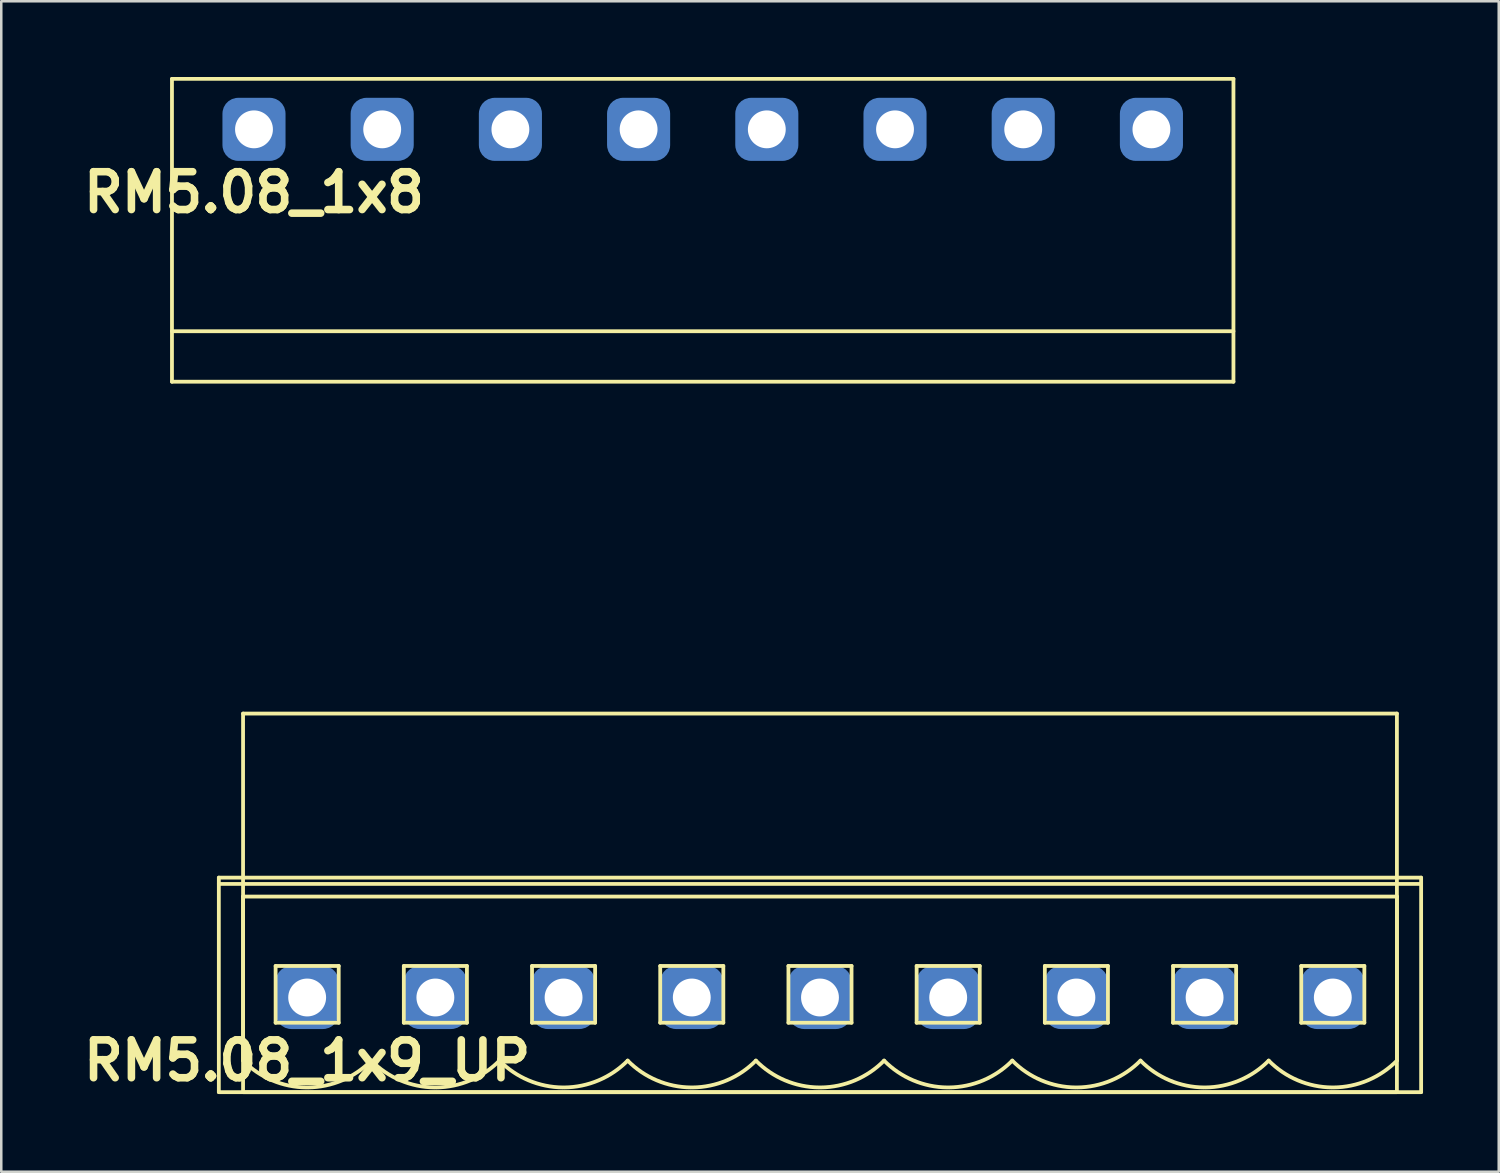
<source format=kicad_pcb>
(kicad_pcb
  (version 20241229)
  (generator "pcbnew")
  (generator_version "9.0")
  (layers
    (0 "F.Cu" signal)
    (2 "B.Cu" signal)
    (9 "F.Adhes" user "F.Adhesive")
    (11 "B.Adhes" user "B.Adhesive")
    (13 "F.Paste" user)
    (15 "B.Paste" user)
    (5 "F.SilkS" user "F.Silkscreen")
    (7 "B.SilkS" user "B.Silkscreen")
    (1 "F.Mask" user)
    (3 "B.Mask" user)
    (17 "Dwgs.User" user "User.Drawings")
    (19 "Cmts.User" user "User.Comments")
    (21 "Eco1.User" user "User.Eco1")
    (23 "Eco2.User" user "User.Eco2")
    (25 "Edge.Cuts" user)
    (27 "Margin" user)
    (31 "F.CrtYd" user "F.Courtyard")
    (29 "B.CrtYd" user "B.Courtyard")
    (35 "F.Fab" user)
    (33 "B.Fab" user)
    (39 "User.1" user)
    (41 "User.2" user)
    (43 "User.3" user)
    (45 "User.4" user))
  (footprint "RM5.08_1x8"
    (layer "F.Cu")
    (at 7.014 2.075)
    (property "Reference" "RM5.08_1x8" (at 0 2.5 0) (layer "F.SilkS") (effects (font (size 1.5 1.5) (thickness 0.3))))
    (attr through_hole)
    (fp_line (start -3.25 -2) (end 38.81 -2) (stroke (width 0.15) (type solid)) (layer "F.SilkS"))
    (fp_line (start -3.25 8) (end 38.81 8) (stroke (width 0.15) (type solid)) (layer "F.SilkS"))
    (fp_line (start -3.25 10) (end -3.25 -2) (stroke (width 0.15) (type solid)) (layer "F.SilkS"))
    (fp_line (start -3.25 10) (end 38.81 10) (stroke (width 0.15) (type solid)) (layer "F.SilkS"))
    (fp_line (start 38.81 10) (end 38.81 -2) (stroke (width 0.15) (type solid)) (layer "F.SilkS"))
    (fp_line (start -2.54 20) (end -2.54 10) (stroke (width 0.15) (type solid)) (layer "Margin"))
    (fp_line (start -2.54 20) (end 38.1 20) (stroke (width 0.15) (type solid)) (layer "Margin"))
    (fp_line (start -1.5 14) (end 1.5 14) (stroke (width 0.15) (type solid)) (layer "Margin"))
    (fp_line (start 3.58 14) (end 6.58 14) (stroke (width 0.15) (type solid)) (layer "Margin"))
    (fp_line (start 8.66 14) (end 11.66 14) (stroke (width 0.15) (type solid)) (layer "Margin"))
    (fp_line (start 13.74 14) (end 16.74 14) (stroke (width 0.15) (type solid)) (layer "Margin"))
    (fp_line (start 18.82 14) (end 21.82 14) (stroke (width 0.15) (type solid)) (layer "Margin"))
    (fp_line (start 23.9 14) (end 26.9 14) (stroke (width 0.15) (type solid)) (layer "Margin"))
    (fp_line (start 28.98 14) (end 31.98 14) (stroke (width 0.15) (type solid)) (layer "Margin"))
    (fp_line (start 34.06 14) (end 37.06 14) (stroke (width 0.15) (type solid)) (layer "Margin"))
    (fp_line (start 38.1 20) (end 38.1 10) (stroke (width 0.15) (type solid)) (layer "Margin"))
    (fp_circle (center 0 14) (end 0 12.5) (stroke (width 0.15) (type solid)) (fill no) (layer "Margin"))
    (fp_circle (center 5.08 14) (end 5.08 12.5) (stroke (width 0.15) (type solid)) (fill no) (layer "Margin"))
    (fp_circle (center 10.16 14) (end 10.16 12.5) (stroke (width 0.15) (type solid)) (fill no) (layer "Margin"))
    (fp_circle (center 15.24 14) (end 15.24 12.5) (stroke (width 0.15) (type solid)) (fill no) (layer "Margin"))
    (fp_circle (center 20.32 14) (end 20.32 12.5) (stroke (width 0.15) (type solid)) (fill no) (layer "Margin"))
    (fp_circle (center 25.4 14) (end 25.4 12.5) (stroke (width 0.15) (type solid)) (fill no) (layer "Margin"))
    (fp_circle (center 30.48 14) (end 30.48 12.5) (stroke (width 0.15) (type solid)) (fill no) (layer "Margin"))
    (fp_circle (center 35.56 14) (end 35.56 12.5) (stroke (width 0.15) (type solid)) (fill no) (layer "Margin"))
    (pad "1" thru_hole circle (at 0 0) (size 1.8 1.8) (drill 1.5) (layers "*.Cu" "*.Mask"))
    (pad "1" smd roundrect (at 0 0) (size 2.5 2.5) (layers "B.Cu" "B.Mask") (roundrect_rratio 0.25))
    (pad "2" thru_hole circle (at 5.08 0) (size 1.8 1.8) (drill 1.5) (layers "*.Cu" "*.Mask"))
    (pad "2" smd roundrect (at 5.08 0) (size 2.5 2.5) (layers "B.Cu" "B.Mask") (roundrect_rratio 0.25))
    (pad "3" thru_hole circle (at 10.16 0) (size 1.8 1.8) (drill 1.5) (layers "*.Cu" "*.Mask"))
    (pad "3" smd roundrect (at 10.16 0) (size 2.5 2.5) (layers "B.Cu" "B.Mask") (roundrect_rratio 0.25))
    (pad "4" thru_hole circle (at 15.24 0) (size 1.8 1.8) (drill 1.5) (layers "*.Cu" "*.Mask"))
    (pad "4" smd roundrect (at 15.24 0) (size 2.5 2.5) (layers "B.Cu" "B.Mask") (roundrect_rratio 0.25))
    (pad "5" thru_hole circle (at 20.32 0) (size 1.8 1.8) (drill 1.5) (layers "*.Cu" "*.Mask"))
    (pad "5" smd roundrect (at 20.32 0) (size 2.5 2.5) (layers "B.Cu" "B.Mask") (roundrect_rratio 0.25))
    (pad "6" thru_hole circle (at 25.4 0) (size 1.8 1.8) (drill 1.5) (layers "*.Cu" "*.Mask"))
    (pad "6" smd roundrect (at 25.4 0) (size 2.5 2.5) (layers "B.Cu" "B.Mask") (roundrect_rratio 0.25))
    (pad "7" thru_hole circle (at 30.48 0) (size 1.8 1.8) (drill 1.5) (layers "*.Cu" "*.Mask"))
    (pad "7" smd roundrect (at 30.48 0) (size 2.5 2.5) (layers "B.Cu" "B.Mask") (roundrect_rratio 0.25))
    (pad "8" thru_hole circle (at 35.56 0) (size 1.8 1.8) (drill 1.5) (layers "*.Cu" "*.Mask"))
    (pad "8" smd roundrect (at 35.56 0) (size 2.5 2.5) (layers "B.Cu" "B.Mask") (roundrect_rratio 0.25)))
  (footprint "RM5.08_1x9_UP"
    (layer "F.Cu")
    (at 9.121 36.475)
    (property "Reference" "RM5.08_1x9_UP" (at 0 2.5 0) (layer "F.SilkS") (effects (font (size 1.5 1.5) (thickness 0.3))))
    (attr through_hole)
    (fp_line (start -3.5 -4.75) (end -3.5 3.75) (stroke (width 0.15) (type solid)) (layer "F.SilkS"))
    (fp_line (start -3.5 -4.5) (end 44.14 -4.5) (stroke (width 0.15) (type solid)) (layer "F.SilkS"))
    (fp_line (start -3.5 3.75) (end 44.14 3.75) (stroke (width 0.15) (type solid)) (layer "F.SilkS"))
    (fp_line (start -2.54 -11.25) (end -2.54 3.75) (stroke (width 0.15) (type solid)) (layer "F.SilkS"))
    (fp_line (start -2.54 -4) (end -2.54 2.5) (stroke (width 0.15) (type solid)) (layer "F.SilkS"))
    (fp_line (start -2.54 -4) (end 43.18 -4) (stroke (width 0.15) (type solid)) (layer "F.SilkS"))
    (fp_line (start -2.54 3.75) (end 43.18 3.75) (stroke (width 0.15) (type solid)) (layer "F.SilkS"))
    (fp_line (start -1.25 -1.25) (end -1.25 1) (stroke (width 0.15) (type solid)) (layer "F.SilkS"))
    (fp_line (start -1.25 1) (end 1.25 1) (stroke (width 0.15) (type solid)) (layer "F.SilkS"))
    (fp_line (start 1.25 -1.25) (end -1.25 -1.25) (stroke (width 0.15) (type solid)) (layer "F.SilkS"))
    (fp_line (start 1.25 1) (end 1.25 -1.25) (stroke (width 0.15) (type solid)) (layer "F.SilkS"))
    (fp_line (start 3.83 -1.25) (end 3.83 1) (stroke (width 0.15) (type solid)) (layer "F.SilkS"))
    (fp_line (start 3.83 1) (end 6.33 1) (stroke (width 0.15) (type solid)) (layer "F.SilkS"))
    (fp_line (start 6.33 -1.25) (end 3.83 -1.25) (stroke (width 0.15) (type solid)) (layer "F.SilkS"))
    (fp_line (start 6.33 1) (end 6.33 -1.25) (stroke (width 0.15) (type solid)) (layer "F.SilkS"))
    (fp_line (start 8.91 -1.25) (end 8.91 1) (stroke (width 0.15) (type solid)) (layer "F.SilkS"))
    (fp_line (start 8.91 1) (end 11.41 1) (stroke (width 0.15) (type solid)) (layer "F.SilkS"))
    (fp_line (start 11.41 -1.25) (end 8.91 -1.25) (stroke (width 0.15) (type solid)) (layer "F.SilkS"))
    (fp_line (start 11.41 1) (end 11.41 -1.25) (stroke (width 0.15) (type solid)) (layer "F.SilkS"))
    (fp_line (start 13.99 -1.25) (end 13.99 1) (stroke (width 0.15) (type solid)) (layer "F.SilkS"))
    (fp_line (start 13.99 1) (end 16.49 1) (stroke (width 0.15) (type solid)) (layer "F.SilkS"))
    (fp_line (start 16.49 -1.25) (end 13.99 -1.25) (stroke (width 0.15) (type solid)) (layer "F.SilkS"))
    (fp_line (start 16.49 1) (end 16.49 -1.25) (stroke (width 0.15) (type solid)) (layer "F.SilkS"))
    (fp_line (start 19.07 -1.25) (end 19.07 1) (stroke (width 0.15) (type solid)) (layer "F.SilkS"))
    (fp_line (start 19.07 1) (end 21.57 1) (stroke (width 0.15) (type solid)) (layer "F.SilkS"))
    (fp_line (start 21.57 -1.25) (end 19.07 -1.25) (stroke (width 0.15) (type solid)) (layer "F.SilkS"))
    (fp_line (start 21.57 1) (end 21.57 -1.25) (stroke (width 0.15) (type solid)) (layer "F.SilkS"))
    (fp_line (start 24.15 -1.25) (end 24.15 1) (stroke (width 0.15) (type solid)) (layer "F.SilkS"))
    (fp_line (start 24.15 1) (end 26.65 1) (stroke (width 0.15) (type solid)) (layer "F.SilkS"))
    (fp_line (start 26.65 -1.25) (end 24.15 -1.25) (stroke (width 0.15) (type solid)) (layer "F.SilkS"))
    (fp_line (start 26.65 1) (end 26.65 -1.25) (stroke (width 0.15) (type solid)) (layer "F.SilkS"))
    (fp_line (start 29.23 -1.25) (end 29.23 1) (stroke (width 0.15) (type solid)) (layer "F.SilkS"))
    (fp_line (start 29.23 1) (end 31.73 1) (stroke (width 0.15) (type solid)) (layer "F.SilkS"))
    (fp_line (start 31.73 -1.25) (end 29.23 -1.25) (stroke (width 0.15) (type solid)) (layer "F.SilkS"))
    (fp_line (start 31.73 1) (end 31.73 -1.25) (stroke (width 0.15) (type solid)) (layer "F.SilkS"))
    (fp_line (start 34.31 -1.25) (end 34.31 1) (stroke (width 0.15) (type solid)) (layer "F.SilkS"))
    (fp_line (start 34.31 1) (end 36.81 1) (stroke (width 0.15) (type solid)) (layer "F.SilkS"))
    (fp_line (start 36.81 -1.25) (end 34.31 -1.25) (stroke (width 0.15) (type solid)) (layer "F.SilkS"))
    (fp_line (start 36.81 1) (end 36.81 -1.25) (stroke (width 0.15) (type solid)) (layer "F.SilkS"))
    (fp_line (start 39.39 -1.25) (end 39.39 1) (stroke (width 0.15) (type solid)) (layer "F.SilkS"))
    (fp_line (start 39.39 1) (end 41.89 1) (stroke (width 0.15) (type solid)) (layer "F.SilkS"))
    (fp_line (start 41.89 -1.25) (end 39.39 -1.25) (stroke (width 0.15) (type solid)) (layer "F.SilkS"))
    (fp_line (start 41.89 1) (end 41.89 -1.25) (stroke (width 0.15) (type solid)) (layer "F.SilkS"))
    (fp_line (start 43.18 -11.25) (end -2.54 -11.25) (stroke (width 0.15) (type solid)) (layer "F.SilkS"))
    (fp_line (start 43.18 -4) (end 43.18 2.5) (stroke (width 0.15) (type solid)) (layer "F.SilkS"))
    (fp_line (start 43.18 3.75) (end 43.18 -11.25) (stroke (width 0.15) (type solid)) (layer "F.SilkS"))
    (fp_line (start 44.14 -4.75) (end -3.5 -4.75) (stroke (width 0.15) (type solid)) (layer "F.SilkS"))
    (fp_line (start 44.14 3.75) (end 44.14 -4.75) (stroke (width 0.15) (type solid)) (layer "F.SilkS"))
    (fp_arc (start -0.028284 3.563818) (mid -1.389945 3.281715) (end -2.54 2.5) (stroke (width 0.15) (type solid)) (layer "F.SilkS"))
    (fp_arc (start 2.54 2.5) (mid 1.389945 3.281715) (end 0.028284 3.563818) (stroke (width 0.15) (type solid)) (layer "F.SilkS"))
    (fp_arc (start 5.051716 3.563818) (mid 3.690055 3.281715) (end 2.54 2.5) (stroke (width 0.15) (type solid)) (layer "F.SilkS"))
    (fp_arc (start 7.62 2.5) (mid 6.469945 3.281715) (end 5.108284 3.563818) (stroke (width 0.15) (type solid)) (layer "F.SilkS"))
    (fp_arc (start 10.131716 3.563818) (mid 8.770055 3.281715) (end 7.62 2.5) (stroke (width 0.15) (type solid)) (layer "F.SilkS"))
    (fp_arc (start 12.7 2.5) (mid 11.549945 3.281715) (end 10.188284 3.563818) (stroke (width 0.15) (type solid)) (layer "F.SilkS"))
    (fp_arc (start 15.211716 3.563818) (mid 13.850055 3.281715) (end 12.7 2.5) (stroke (width 0.15) (type solid)) (layer "F.SilkS"))
    (fp_arc (start 17.78 2.5) (mid 16.629945 3.281715) (end 15.268284 3.563818) (stroke (width 0.15) (type solid)) (layer "F.SilkS"))
    (fp_arc (start 20.291716 3.563818) (mid 18.930055 3.281715) (end 17.78 2.5) (stroke (width 0.15) (type solid)) (layer "F.SilkS"))
    (fp_arc (start 22.86 2.5) (mid 21.709945 3.281715) (end 20.348284 3.563818) (stroke (width 0.15) (type solid)) (layer "F.SilkS"))
    (fp_arc (start 25.371716 3.563818) (mid 24.010055 3.281715) (end 22.86 2.5) (stroke (width 0.15) (type solid)) (layer "F.SilkS"))
    (fp_arc (start 27.94 2.5) (mid 26.789945 3.281715) (end 25.428284 3.563818) (stroke (width 0.15) (type solid)) (layer "F.SilkS"))
    (fp_arc (start 30.451716 3.563818) (mid 29.090055 3.281715) (end 27.94 2.5) (stroke (width 0.15) (type solid)) (layer "F.SilkS"))
    (fp_arc (start 33.02 2.5) (mid 31.869945 3.281715) (end 30.508284 3.563818) (stroke (width 0.15) (type solid)) (layer "F.SilkS"))
    (fp_arc (start 35.531716 3.563818) (mid 34.170055 3.281715) (end 33.02 2.5) (stroke (width 0.15) (type solid)) (layer "F.SilkS"))
    (fp_arc (start 38.1 2.5) (mid 36.949945 3.281715) (end 35.588284 3.563818) (stroke (width 0.15) (type solid)) (layer "F.SilkS"))
    (fp_arc (start 40.611716 3.563818) (mid 39.250055 3.281715) (end 38.1 2.5) (stroke (width 0.15) (type solid)) (layer "F.SilkS"))
    (fp_arc (start 43.18 2.5) (mid 42.029945 3.281715) (end 40.668284 3.563818) (stroke (width 0.15) (type solid)) (layer "F.SilkS"))
    (pad "1" thru_hole circle (at 0 0) (size 1.8 1.8) (drill 1.5) (layers "*.Cu" "*.Mask"))
    (pad "1" smd roundrect (at 0 0) (size 2.5 2.5) (layers "B.Cu" "B.Mask") (roundrect_rratio 0.25))
    (pad "2" thru_hole circle (at 5.08 0) (size 1.8 1.8) (drill 1.5) (layers "*.Cu" "*.Mask"))
    (pad "2" smd roundrect (at 5.08 0) (size 2.5 2.5) (layers "B.Cu" "B.Mask") (roundrect_rratio 0.25))
    (pad "3" thru_hole circle (at 10.16 0) (size 1.8 1.8) (drill 1.5) (layers "*.Cu" "*.Mask"))
    (pad "3" smd roundrect (at 10.16 0) (size 2.5 2.5) (layers "B.Cu" "B.Mask") (roundrect_rratio 0.25))
    (pad "4" thru_hole circle (at 15.24 0) (size 1.8 1.8) (drill 1.5) (layers "*.Cu" "*.Mask"))
    (pad "4" smd roundrect (at 15.24 0) (size 2.5 2.5) (layers "B.Cu" "B.Mask") (roundrect_rratio 0.25))
    (pad "5" thru_hole circle (at 20.32 0) (size 1.8 1.8) (drill 1.5) (layers "*.Cu" "*.Mask"))
    (pad "5" smd roundrect (at 20.32 0) (size 2.5 2.5) (layers "B.Cu" "B.Mask") (roundrect_rratio 0.25))
    (pad "6" thru_hole circle (at 25.4 0) (size 1.8 1.8) (drill 1.5) (layers "*.Cu" "*.Mask"))
    (pad "6" smd roundrect (at 25.4 0) (size 2.5 2.5) (layers "B.Cu" "B.Mask") (roundrect_rratio 0.25))
    (pad "7" thru_hole circle (at 30.48 0) (size 1.8 1.8) (drill 1.5) (layers "*.Cu" "*.Mask"))
    (pad "7" smd roundrect (at 30.48 0) (size 2.5 2.5) (layers "B.Cu" "B.Mask") (roundrect_rratio 0.25))
    (pad "8" thru_hole circle (at 35.56 0) (size 1.8 1.8) (drill 1.5) (layers "*.Cu" "*.Mask"))
    (pad "8" smd roundrect (at 35.56 0) (size 2.5 2.5) (layers "B.Cu" "B.Mask") (roundrect_rratio 0.25))
    (pad "9" thru_hole circle (at 40.64 0) (size 1.8 1.8) (drill 1.5) (layers "*.Cu" "*.Mask"))
    (pad "9" smd roundrect (at 40.64 0) (size 2.5 2.5) (layers "B.Cu" "B.Mask") (roundrect_rratio 0.25)))
  (gr_rect
    (start -3 -3)
    (end 56.336 43.379)
    (stroke (width 0.1) (type default))
    (fill no)
    (layer "Edge.Cuts")))
</source>
